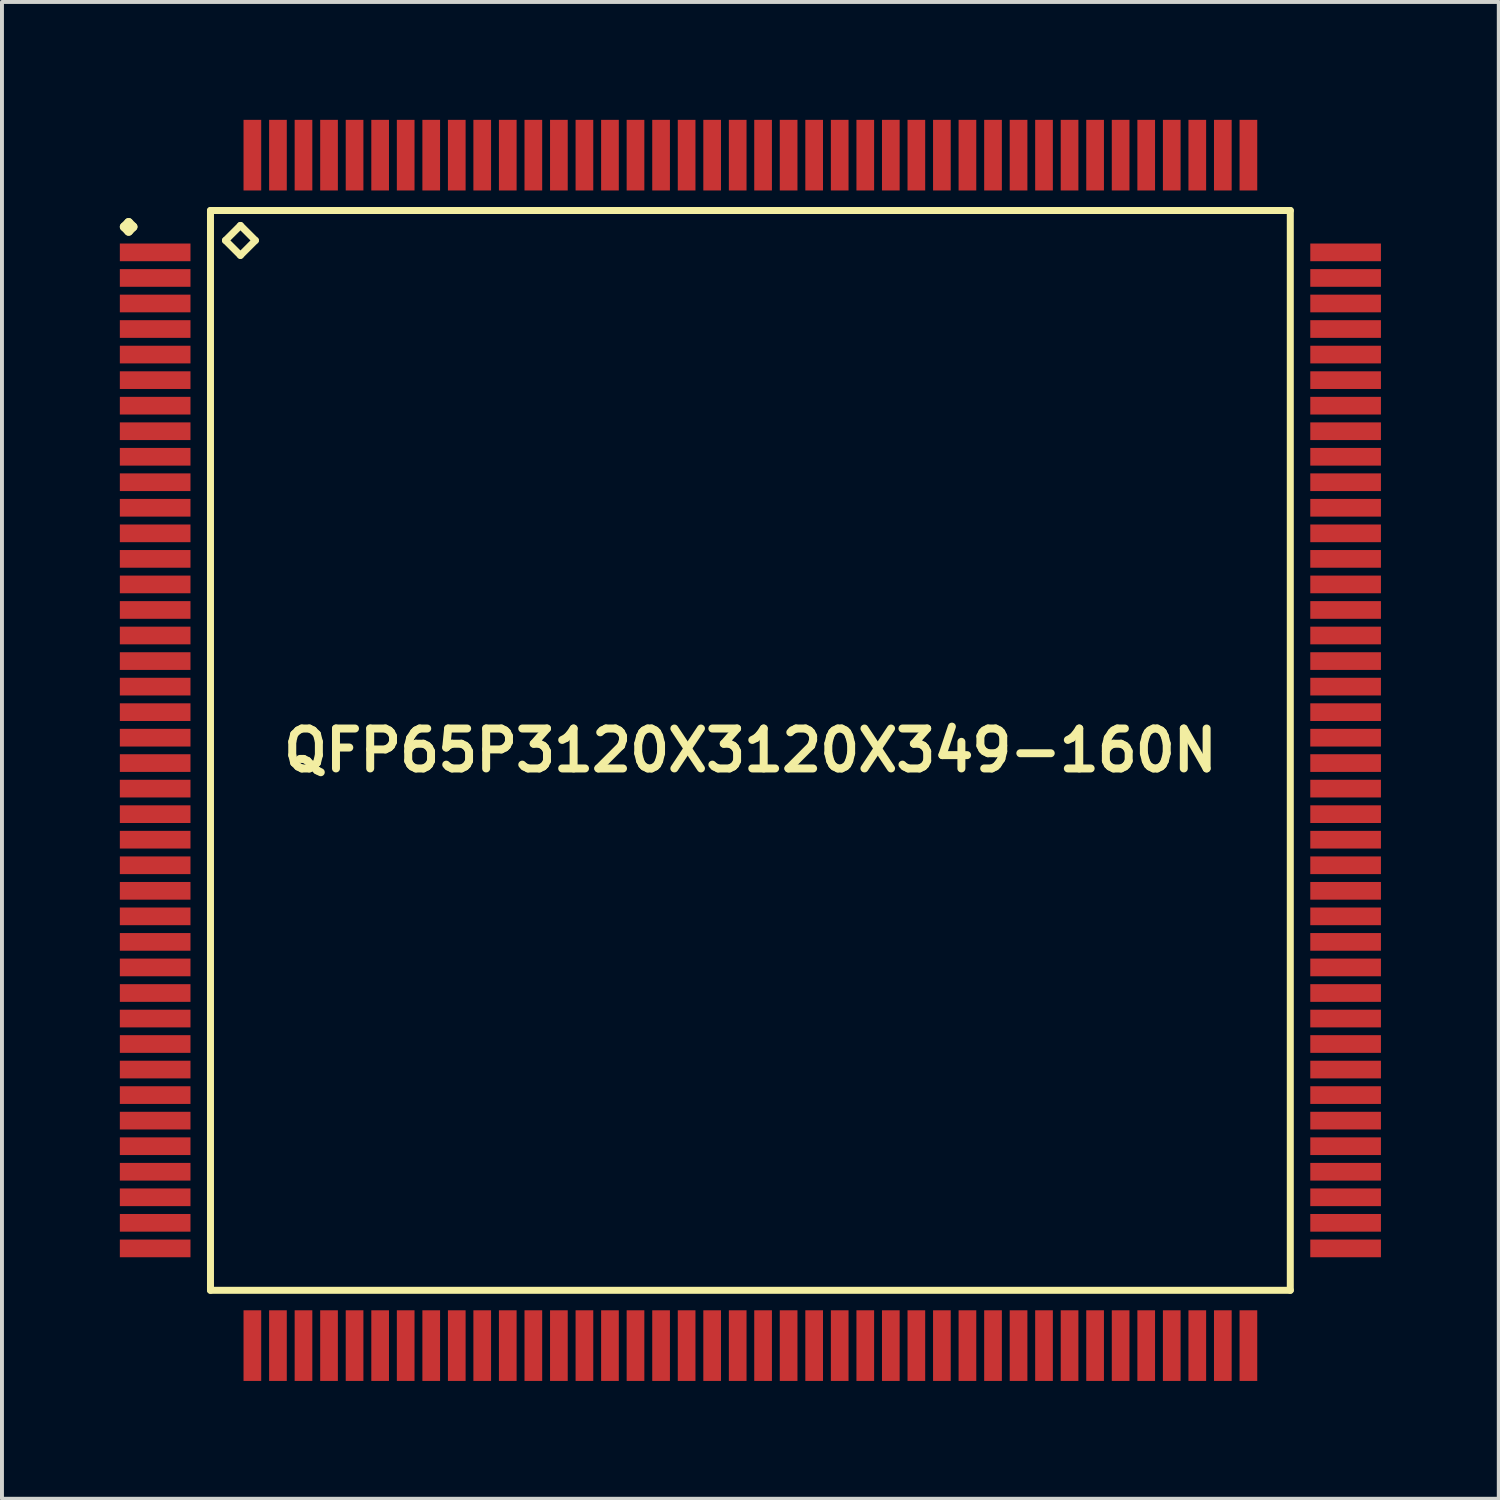
<source format=kicad_pcb>
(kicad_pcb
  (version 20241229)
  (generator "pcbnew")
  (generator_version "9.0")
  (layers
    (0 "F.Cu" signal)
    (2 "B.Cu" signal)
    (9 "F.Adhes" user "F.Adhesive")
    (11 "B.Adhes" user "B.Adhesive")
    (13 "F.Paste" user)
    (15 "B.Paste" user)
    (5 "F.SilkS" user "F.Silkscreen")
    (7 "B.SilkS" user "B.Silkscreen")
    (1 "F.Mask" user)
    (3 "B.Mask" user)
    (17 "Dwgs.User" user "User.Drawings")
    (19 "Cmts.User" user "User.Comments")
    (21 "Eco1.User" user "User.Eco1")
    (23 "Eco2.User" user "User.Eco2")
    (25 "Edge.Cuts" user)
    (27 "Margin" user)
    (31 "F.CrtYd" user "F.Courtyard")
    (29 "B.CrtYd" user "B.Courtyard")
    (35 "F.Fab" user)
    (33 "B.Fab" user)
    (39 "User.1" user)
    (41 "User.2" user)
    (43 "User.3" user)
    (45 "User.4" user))
  (footprint "QFP65P3120X3120X349-160N"
    (layer "F.Cu")
    (at 16.048 16.048)
    (property "Reference" "QFP65P3120X3120X349-160N" (at 0 0 0) (layer "F.SilkS") (effects (font (size 1.016 1.016) (thickness 0.203))))
    (attr smd)
    (fp_line (start -15.936 -13.325) (end -15.824 -13.437) (stroke (width 0.224) (type solid)) (layer "F.SilkS"))
    (fp_line (start -15.824 -13.437) (end -15.712 -13.325) (stroke (width 0.224) (type solid)) (layer "F.SilkS"))
    (fp_line (start -15.824 -13.211) (end -15.936 -13.325) (stroke (width 0.224) (type solid)) (layer "F.SilkS"))
    (fp_line (start -15.712 -13.325) (end -15.824 -13.211) (stroke (width 0.224) (type solid)) (layer "F.SilkS"))
    (fp_line (start -13.741 -13.741) (end -13.741 13.741) (stroke (width 0.178) (type solid)) (layer "F.SilkS"))
    (fp_line (start -13.741 13.741) (end 13.741 13.741) (stroke (width 0.178) (type solid)) (layer "F.SilkS"))
    (fp_line (start -13.36 -12.979) (end -12.979 -13.36) (stroke (width 0.178) (type solid)) (layer "F.SilkS"))
    (fp_line (start -12.979 -13.36) (end -12.598 -12.979) (stroke (width 0.178) (type solid)) (layer "F.SilkS"))
    (fp_line (start -12.979 -12.598) (end -13.36 -12.979) (stroke (width 0.178) (type solid)) (layer "F.SilkS"))
    (fp_line (start -12.598 -12.979) (end -12.979 -12.598) (stroke (width 0.178) (type solid)) (layer "F.SilkS"))
    (fp_line (start 13.741 -13.741) (end -13.741 -13.741) (stroke (width 0.178) (type solid)) (layer "F.SilkS"))
    (fp_line (start 13.741 13.741) (end 13.741 -13.741) (stroke (width 0.178) (type solid)) (layer "F.SilkS"))
    (pad "1" smd rect (at -15.149 -12.675) (size 1.798 0.45) (layers "F.Cu" "F.Mask" "F.Paste"))
    (pad "2" smd rect (at -15.149 -12.024) (size 1.798 0.45) (layers "F.Cu" "F.Mask" "F.Paste"))
    (pad "3" smd rect (at -15.149 -11.374) (size 1.798 0.45) (layers "F.Cu" "F.Mask" "F.Paste"))
    (pad "4" smd rect (at -15.149 -10.724) (size 1.798 0.45) (layers "F.Cu" "F.Mask" "F.Paste"))
    (pad "5" smd rect (at -15.149 -10.074) (size 1.798 0.45) (layers "F.Cu" "F.Mask" "F.Paste"))
    (pad "6" smd rect (at -15.149 -9.423) (size 1.798 0.45) (layers "F.Cu" "F.Mask" "F.Paste"))
    (pad "7" smd rect (at -15.149 -8.773) (size 1.798 0.45) (layers "F.Cu" "F.Mask" "F.Paste"))
    (pad "8" smd rect (at -15.149 -8.123) (size 1.798 0.45) (layers "F.Cu" "F.Mask" "F.Paste"))
    (pad "9" smd rect (at -15.149 -7.473) (size 1.798 0.45) (layers "F.Cu" "F.Mask" "F.Paste"))
    (pad "10" smd rect (at -15.149 -6.825) (size 1.798 0.45) (layers "F.Cu" "F.Mask" "F.Paste"))
    (pad "11" smd rect (at -15.149 -6.175) (size 1.798 0.45) (layers "F.Cu" "F.Mask" "F.Paste"))
    (pad "12" smd rect (at -15.149 -5.524) (size 1.798 0.45) (layers "F.Cu" "F.Mask" "F.Paste"))
    (pad "13" smd rect (at -15.149 -4.874) (size 1.798 0.45) (layers "F.Cu" "F.Mask" "F.Paste"))
    (pad "14" smd rect (at -15.149 -4.224) (size 1.798 0.45) (layers "F.Cu" "F.Mask" "F.Paste"))
    (pad "15" smd rect (at -15.149 -3.574) (size 1.798 0.45) (layers "F.Cu" "F.Mask" "F.Paste"))
    (pad "16" smd rect (at -15.149 -2.924) (size 1.798 0.45) (layers "F.Cu" "F.Mask" "F.Paste"))
    (pad "17" smd rect (at -15.149 -2.273) (size 1.798 0.45) (layers "F.Cu" "F.Mask" "F.Paste"))
    (pad "18" smd rect (at -15.149 -1.623) (size 1.798 0.45) (layers "F.Cu" "F.Mask" "F.Paste"))
    (pad "19" smd rect (at -15.149 -0.973) (size 1.798 0.45) (layers "F.Cu" "F.Mask" "F.Paste"))
    (pad "20" smd rect (at -15.149 -0.323) (size 1.798 0.45) (layers "F.Cu" "F.Mask" "F.Paste"))
    (pad "21" smd rect (at -15.149 0.323) (size 1.798 0.45) (layers "F.Cu" "F.Mask" "F.Paste"))
    (pad "22" smd rect (at -15.149 0.973) (size 1.798 0.45) (layers "F.Cu" "F.Mask" "F.Paste"))
    (pad "23" smd rect (at -15.149 1.623) (size 1.798 0.45) (layers "F.Cu" "F.Mask" "F.Paste"))
    (pad "24" smd rect (at -15.149 2.273) (size 1.798 0.45) (layers "F.Cu" "F.Mask" "F.Paste"))
    (pad "25" smd rect (at -15.149 2.924) (size 1.798 0.45) (layers "F.Cu" "F.Mask" "F.Paste"))
    (pad "26" smd rect (at -15.149 3.574) (size 1.798 0.45) (layers "F.Cu" "F.Mask" "F.Paste"))
    (pad "27" smd rect (at -15.149 4.224) (size 1.798 0.45) (layers "F.Cu" "F.Mask" "F.Paste"))
    (pad "28" smd rect (at -15.149 4.874) (size 1.798 0.45) (layers "F.Cu" "F.Mask" "F.Paste"))
    (pad "29" smd rect (at -15.149 5.524) (size 1.798 0.45) (layers "F.Cu" "F.Mask" "F.Paste"))
    (pad "30" smd rect (at -15.149 6.175) (size 1.798 0.45) (layers "F.Cu" "F.Mask" "F.Paste"))
    (pad "31" smd rect (at -15.149 6.825) (size 1.798 0.45) (layers "F.Cu" "F.Mask" "F.Paste"))
    (pad "32" smd rect (at -15.149 7.473) (size 1.798 0.45) (layers "F.Cu" "F.Mask" "F.Paste"))
    (pad "33" smd rect (at -15.149 8.123) (size 1.798 0.45) (layers "F.Cu" "F.Mask" "F.Paste"))
    (pad "34" smd rect (at -15.149 8.773) (size 1.798 0.45) (layers "F.Cu" "F.Mask" "F.Paste"))
    (pad "35" smd rect (at -15.149 9.423) (size 1.798 0.45) (layers "F.Cu" "F.Mask" "F.Paste"))
    (pad "36" smd rect (at -15.149 10.074) (size 1.798 0.45) (layers "F.Cu" "F.Mask" "F.Paste"))
    (pad "37" smd rect (at -15.149 10.724) (size 1.798 0.45) (layers "F.Cu" "F.Mask" "F.Paste"))
    (pad "38" smd rect (at -15.149 11.374) (size 1.798 0.45) (layers "F.Cu" "F.Mask" "F.Paste"))
    (pad "39" smd rect (at -15.149 12.024) (size 1.798 0.45) (layers "F.Cu" "F.Mask" "F.Paste"))
    (pad "40" smd rect (at -15.149 12.675) (size 1.798 0.45) (layers "F.Cu" "F.Mask" "F.Paste"))
    (pad "41" smd rect (at -12.675 15.149) (size 0.45 1.798) (layers "F.Cu" "F.Mask" "F.Paste"))
    (pad "42" smd rect (at -12.024 15.149) (size 0.45 1.798) (layers "F.Cu" "F.Mask" "F.Paste"))
    (pad "43" smd rect (at -11.374 15.149) (size 0.45 1.798) (layers "F.Cu" "F.Mask" "F.Paste"))
    (pad "44" smd rect (at -10.724 15.149) (size 0.45 1.798) (layers "F.Cu" "F.Mask" "F.Paste"))
    (pad "45" smd rect (at -10.074 15.149) (size 0.45 1.798) (layers "F.Cu" "F.Mask" "F.Paste"))
    (pad "46" smd rect (at -9.423 15.149) (size 0.45 1.798) (layers "F.Cu" "F.Mask" "F.Paste"))
    (pad "47" smd rect (at -8.773 15.149) (size 0.45 1.798) (layers "F.Cu" "F.Mask" "F.Paste"))
    (pad "48" smd rect (at -8.123 15.149) (size 0.45 1.798) (layers "F.Cu" "F.Mask" "F.Paste"))
    (pad "49" smd rect (at -7.473 15.149) (size 0.45 1.798) (layers "F.Cu" "F.Mask" "F.Paste"))
    (pad "50" smd rect (at -6.825 15.149) (size 0.45 1.798) (layers "F.Cu" "F.Mask" "F.Paste"))
    (pad "51" smd rect (at -6.175 15.149) (size 0.45 1.798) (layers "F.Cu" "F.Mask" "F.Paste"))
    (pad "52" smd rect (at -5.524 15.149) (size 0.45 1.798) (layers "F.Cu" "F.Mask" "F.Paste"))
    (pad "53" smd rect (at -4.874 15.149) (size 0.45 1.798) (layers "F.Cu" "F.Mask" "F.Paste"))
    (pad "54" smd rect (at -4.224 15.149) (size 0.45 1.798) (layers "F.Cu" "F.Mask" "F.Paste"))
    (pad "55" smd rect (at -3.574 15.149) (size 0.45 1.798) (layers "F.Cu" "F.Mask" "F.Paste"))
    (pad "56" smd rect (at -2.924 15.149) (size 0.45 1.798) (layers "F.Cu" "F.Mask" "F.Paste"))
    (pad "57" smd rect (at -2.273 15.149) (size 0.45 1.798) (layers "F.Cu" "F.Mask" "F.Paste"))
    (pad "58" smd rect (at -1.623 15.149) (size 0.45 1.798) (layers "F.Cu" "F.Mask" "F.Paste"))
    (pad "59" smd rect (at -0.973 15.149) (size 0.45 1.798) (layers "F.Cu" "F.Mask" "F.Paste"))
    (pad "60" smd rect (at -0.323 15.149) (size 0.45 1.798) (layers "F.Cu" "F.Mask" "F.Paste"))
    (pad "61" smd rect (at 0.323 15.149) (size 0.45 1.798) (layers "F.Cu" "F.Mask" "F.Paste"))
    (pad "62" smd rect (at 0.973 15.149) (size 0.45 1.798) (layers "F.Cu" "F.Mask" "F.Paste"))
    (pad "63" smd rect (at 1.623 15.149) (size 0.45 1.798) (layers "F.Cu" "F.Mask" "F.Paste"))
    (pad "64" smd rect (at 2.273 15.149) (size 0.45 1.798) (layers "F.Cu" "F.Mask" "F.Paste"))
    (pad "65" smd rect (at 2.924 15.149) (size 0.45 1.798) (layers "F.Cu" "F.Mask" "F.Paste"))
    (pad "66" smd rect (at 3.574 15.149) (size 0.45 1.798) (layers "F.Cu" "F.Mask" "F.Paste"))
    (pad "67" smd rect (at 4.224 15.149) (size 0.45 1.798) (layers "F.Cu" "F.Mask" "F.Paste"))
    (pad "68" smd rect (at 4.874 15.149) (size 0.45 1.798) (layers "F.Cu" "F.Mask" "F.Paste"))
    (pad "69" smd rect (at 5.524 15.149) (size 0.45 1.798) (layers "F.Cu" "F.Mask" "F.Paste"))
    (pad "70" smd rect (at 6.175 15.149) (size 0.45 1.798) (layers "F.Cu" "F.Mask" "F.Paste"))
    (pad "71" smd rect (at 6.825 15.149) (size 0.45 1.798) (layers "F.Cu" "F.Mask" "F.Paste"))
    (pad "72" smd rect (at 7.473 15.149) (size 0.45 1.798) (layers "F.Cu" "F.Mask" "F.Paste"))
    (pad "73" smd rect (at 8.123 15.149) (size 0.45 1.798) (layers "F.Cu" "F.Mask" "F.Paste"))
    (pad "74" smd rect (at 8.773 15.149) (size 0.45 1.798) (layers "F.Cu" "F.Mask" "F.Paste"))
    (pad "75" smd rect (at 9.423 15.149) (size 0.45 1.798) (layers "F.Cu" "F.Mask" "F.Paste"))
    (pad "76" smd rect (at 10.074 15.149) (size 0.45 1.798) (layers "F.Cu" "F.Mask" "F.Paste"))
    (pad "77" smd rect (at 10.724 15.149) (size 0.45 1.798) (layers "F.Cu" "F.Mask" "F.Paste"))
    (pad "78" smd rect (at 11.374 15.149) (size 0.45 1.798) (layers "F.Cu" "F.Mask" "F.Paste"))
    (pad "79" smd rect (at 12.024 15.149) (size 0.45 1.798) (layers "F.Cu" "F.Mask" "F.Paste"))
    (pad "80" smd rect (at 12.675 15.149) (size 0.45 1.798) (layers "F.Cu" "F.Mask" "F.Paste"))
    (pad "81" smd rect (at 15.149 12.675) (size 1.798 0.45) (layers "F.Cu" "F.Mask" "F.Paste"))
    (pad "82" smd rect (at 15.149 12.024) (size 1.798 0.45) (layers "F.Cu" "F.Mask" "F.Paste"))
    (pad "83" smd rect (at 15.149 11.374) (size 1.798 0.45) (layers "F.Cu" "F.Mask" "F.Paste"))
    (pad "84" smd rect (at 15.149 10.724) (size 1.798 0.45) (layers "F.Cu" "F.Mask" "F.Paste"))
    (pad "85" smd rect (at 15.149 10.074) (size 1.798 0.45) (layers "F.Cu" "F.Mask" "F.Paste"))
    (pad "86" smd rect (at 15.149 9.423) (size 1.798 0.45) (layers "F.Cu" "F.Mask" "F.Paste"))
    (pad "87" smd rect (at 15.149 8.773) (size 1.798 0.45) (layers "F.Cu" "F.Mask" "F.Paste"))
    (pad "88" smd rect (at 15.149 8.123) (size 1.798 0.45) (layers "F.Cu" "F.Mask" "F.Paste"))
    (pad "89" smd rect (at 15.149 7.473) (size 1.798 0.45) (layers "F.Cu" "F.Mask" "F.Paste"))
    (pad "90" smd rect (at 15.149 6.825) (size 1.798 0.45) (layers "F.Cu" "F.Mask" "F.Paste"))
    (pad "91" smd rect (at 15.149 6.175) (size 1.798 0.45) (layers "F.Cu" "F.Mask" "F.Paste"))
    (pad "92" smd rect (at 15.149 5.524) (size 1.798 0.45) (layers "F.Cu" "F.Mask" "F.Paste"))
    (pad "93" smd rect (at 15.149 4.874) (size 1.798 0.45) (layers "F.Cu" "F.Mask" "F.Paste"))
    (pad "94" smd rect (at 15.149 4.224) (size 1.798 0.45) (layers "F.Cu" "F.Mask" "F.Paste"))
    (pad "95" smd rect (at 15.149 3.574) (size 1.798 0.45) (layers "F.Cu" "F.Mask" "F.Paste"))
    (pad "96" smd rect (at 15.149 2.924) (size 1.798 0.45) (layers "F.Cu" "F.Mask" "F.Paste"))
    (pad "97" smd rect (at 15.149 2.273) (size 1.798 0.45) (layers "F.Cu" "F.Mask" "F.Paste"))
    (pad "98" smd rect (at 15.149 1.623) (size 1.798 0.45) (layers "F.Cu" "F.Mask" "F.Paste"))
    (pad "99" smd rect (at 15.149 0.973) (size 1.798 0.45) (layers "F.Cu" "F.Mask" "F.Paste"))
    (pad "100" smd rect (at 15.149 0.323) (size 1.798 0.45) (layers "F.Cu" "F.Mask" "F.Paste"))
    (pad "101" smd rect (at 15.149 -0.323) (size 1.798 0.45) (layers "F.Cu" "F.Mask" "F.Paste"))
    (pad "102" smd rect (at 15.149 -0.973) (size 1.798 0.45) (layers "F.Cu" "F.Mask" "F.Paste"))
    (pad "103" smd rect (at 15.149 -1.623) (size 1.798 0.45) (layers "F.Cu" "F.Mask" "F.Paste"))
    (pad "104" smd rect (at 15.149 -2.273) (size 1.798 0.45) (layers "F.Cu" "F.Mask" "F.Paste"))
    (pad "105" smd rect (at 15.149 -2.924) (size 1.798 0.45) (layers "F.Cu" "F.Mask" "F.Paste"))
    (pad "106" smd rect (at 15.149 -3.574) (size 1.798 0.45) (layers "F.Cu" "F.Mask" "F.Paste"))
    (pad "107" smd rect (at 15.149 -4.224) (size 1.798 0.45) (layers "F.Cu" "F.Mask" "F.Paste"))
    (pad "108" smd rect (at 15.149 -4.874) (size 1.798 0.45) (layers "F.Cu" "F.Mask" "F.Paste"))
    (pad "109" smd rect (at 15.149 -5.524) (size 1.798 0.45) (layers "F.Cu" "F.Mask" "F.Paste"))
    (pad "110" smd rect (at 15.149 -6.175) (size 1.798 0.45) (layers "F.Cu" "F.Mask" "F.Paste"))
    (pad "111" smd rect (at 15.149 -6.825) (size 1.798 0.45) (layers "F.Cu" "F.Mask" "F.Paste"))
    (pad "112" smd rect (at 15.149 -7.473) (size 1.798 0.45) (layers "F.Cu" "F.Mask" "F.Paste"))
    (pad "113" smd rect (at 15.149 -8.123) (size 1.798 0.45) (layers "F.Cu" "F.Mask" "F.Paste"))
    (pad "114" smd rect (at 15.149 -8.773) (size 1.798 0.45) (layers "F.Cu" "F.Mask" "F.Paste"))
    (pad "115" smd rect (at 15.149 -9.423) (size 1.798 0.45) (layers "F.Cu" "F.Mask" "F.Paste"))
    (pad "116" smd rect (at 15.149 -10.074) (size 1.798 0.45) (layers "F.Cu" "F.Mask" "F.Paste"))
    (pad "117" smd rect (at 15.149 -10.724) (size 1.798 0.45) (layers "F.Cu" "F.Mask" "F.Paste"))
    (pad "118" smd rect (at 15.149 -11.374) (size 1.798 0.45) (layers "F.Cu" "F.Mask" "F.Paste"))
    (pad "119" smd rect (at 15.149 -12.024) (size 1.798 0.45) (layers "F.Cu" "F.Mask" "F.Paste"))
    (pad "120" smd rect (at 15.149 -12.675) (size 1.798 0.45) (layers "F.Cu" "F.Mask" "F.Paste"))
    (pad "121" smd rect (at 12.675 -15.149) (size 0.45 1.798) (layers "F.Cu" "F.Mask" "F.Paste"))
    (pad "122" smd rect (at 12.024 -15.149) (size 0.45 1.798) (layers "F.Cu" "F.Mask" "F.Paste"))
    (pad "123" smd rect (at 11.374 -15.149) (size 0.45 1.798) (layers "F.Cu" "F.Mask" "F.Paste"))
    (pad "124" smd rect (at 10.724 -15.149) (size 0.45 1.798) (layers "F.Cu" "F.Mask" "F.Paste"))
    (pad "125" smd rect (at 10.074 -15.149) (size 0.45 1.798) (layers "F.Cu" "F.Mask" "F.Paste"))
    (pad "126" smd rect (at 9.423 -15.149) (size 0.45 1.798) (layers "F.Cu" "F.Mask" "F.Paste"))
    (pad "127" smd rect (at 8.773 -15.149) (size 0.45 1.798) (layers "F.Cu" "F.Mask" "F.Paste"))
    (pad "128" smd rect (at 8.123 -15.149) (size 0.45 1.798) (layers "F.Cu" "F.Mask" "F.Paste"))
    (pad "129" smd rect (at 7.473 -15.149) (size 0.45 1.798) (layers "F.Cu" "F.Mask" "F.Paste"))
    (pad "130" smd rect (at 6.825 -15.149) (size 0.45 1.798) (layers "F.Cu" "F.Mask" "F.Paste"))
    (pad "131" smd rect (at 6.175 -15.149) (size 0.45 1.798) (layers "F.Cu" "F.Mask" "F.Paste"))
    (pad "132" smd rect (at 5.524 -15.149) (size 0.45 1.798) (layers "F.Cu" "F.Mask" "F.Paste"))
    (pad "133" smd rect (at 4.874 -15.149) (size 0.45 1.798) (layers "F.Cu" "F.Mask" "F.Paste"))
    (pad "134" smd rect (at 4.224 -15.149) (size 0.45 1.798) (layers "F.Cu" "F.Mask" "F.Paste"))
    (pad "135" smd rect (at 3.574 -15.149) (size 0.45 1.798) (layers "F.Cu" "F.Mask" "F.Paste"))
    (pad "136" smd rect (at 2.924 -15.149) (size 0.45 1.798) (layers "F.Cu" "F.Mask" "F.Paste"))
    (pad "137" smd rect (at 2.273 -15.149) (size 0.45 1.798) (layers "F.Cu" "F.Mask" "F.Paste"))
    (pad "138" smd rect (at 1.623 -15.149) (size 0.45 1.798) (layers "F.Cu" "F.Mask" "F.Paste"))
    (pad "139" smd rect (at 0.973 -15.149) (size 0.45 1.798) (layers "F.Cu" "F.Mask" "F.Paste"))
    (pad "140" smd rect (at 0.323 -15.149) (size 0.45 1.798) (layers "F.Cu" "F.Mask" "F.Paste"))
    (pad "141" smd rect (at -0.323 -15.149) (size 0.45 1.798) (layers "F.Cu" "F.Mask" "F.Paste"))
    (pad "142" smd rect (at -0.973 -15.149) (size 0.45 1.798) (layers "F.Cu" "F.Mask" "F.Paste"))
    (pad "143" smd rect (at -1.623 -15.149) (size 0.45 1.798) (layers "F.Cu" "F.Mask" "F.Paste"))
    (pad "144" smd rect (at -2.273 -15.149) (size 0.45 1.798) (layers "F.Cu" "F.Mask" "F.Paste"))
    (pad "145" smd rect (at -2.924 -15.149) (size 0.45 1.798) (layers "F.Cu" "F.Mask" "F.Paste"))
    (pad "146" smd rect (at -3.574 -15.149) (size 0.45 1.798) (layers "F.Cu" "F.Mask" "F.Paste"))
    (pad "147" smd rect (at -4.224 -15.149) (size 0.45 1.798) (layers "F.Cu" "F.Mask" "F.Paste"))
    (pad "148" smd rect (at -4.874 -15.149) (size 0.45 1.798) (layers "F.Cu" "F.Mask" "F.Paste"))
    (pad "149" smd rect (at -5.524 -15.149) (size 0.45 1.798) (layers "F.Cu" "F.Mask" "F.Paste"))
    (pad "150" smd rect (at -6.175 -15.149) (size 0.45 1.798) (layers "F.Cu" "F.Mask" "F.Paste"))
    (pad "151" smd rect (at -6.825 -15.149) (size 0.45 1.798) (layers "F.Cu" "F.Mask" "F.Paste"))
    (pad "152" smd rect (at -7.473 -15.149) (size 0.45 1.798) (layers "F.Cu" "F.Mask" "F.Paste"))
    (pad "153" smd rect (at -8.123 -15.149) (size 0.45 1.798) (layers "F.Cu" "F.Mask" "F.Paste"))
    (pad "154" smd rect (at -8.773 -15.149) (size 0.45 1.798) (layers "F.Cu" "F.Mask" "F.Paste"))
    (pad "155" smd rect (at -9.423 -15.149) (size 0.45 1.798) (layers "F.Cu" "F.Mask" "F.Paste"))
    (pad "156" smd rect (at -10.074 -15.149) (size 0.45 1.798) (layers "F.Cu" "F.Mask" "F.Paste"))
    (pad "157" smd rect (at -10.724 -15.149) (size 0.45 1.798) (layers "F.Cu" "F.Mask" "F.Paste"))
    (pad "158" smd rect (at -11.374 -15.149) (size 0.45 1.798) (layers "F.Cu" "F.Mask" "F.Paste"))
    (pad "159" smd rect (at -12.024 -15.149) (size 0.45 1.798) (layers "F.Cu" "F.Mask" "F.Paste"))
    (pad "160" smd rect (at -12.675 -15.149) (size 0.45 1.798) (layers "F.Cu" "F.Mask" "F.Paste")))
  (gr_rect
    (start -3 -3)
    (end 35.095 35.095)
    (stroke (width 0.1) (type default))
    (fill no)
    (layer "Edge.Cuts")))
</source>
